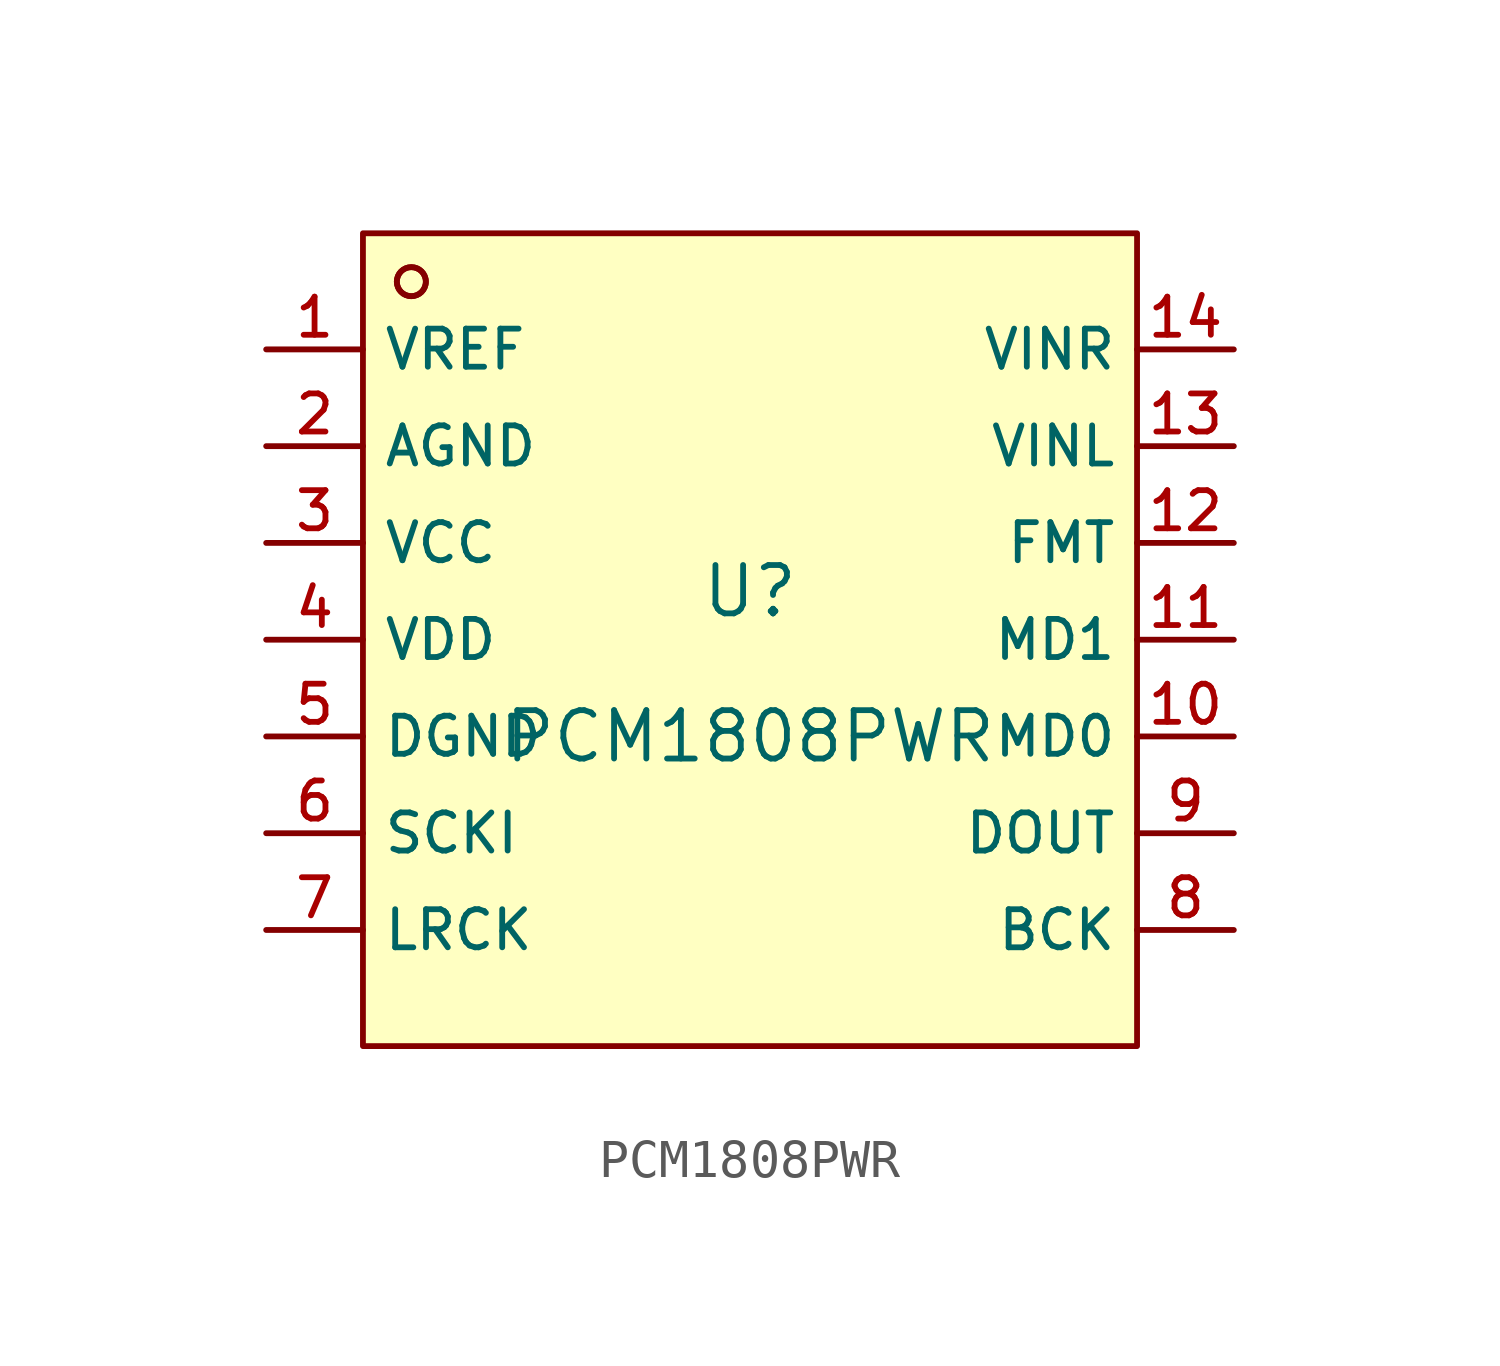
<source format=kicad_sym>
(kicad_symbol_lib
  (version 20210201)
  (generator TousstNicolas/JLC2KiCad_lib)
  (symbol "PCM1808PWR"
    (property "Reference" "U"
      (at 0 1.27 0)
      (effects (font (size 1.27 1.27))))
    (property "Value" "PCM1808PWR"
      (at 0 -2.54 0)
      (effects (font (size 1.27 1.27))))
    (symbol "PCM1808PWR_0_1"
      (circle (center -8.89 9.398) (radius 0.381) (stroke (width 0) (type default) (color 0 0 0 0)) (fill (type background)))
      (rectangle (start -10.16 10.668) (end 10.16 -10.668) (stroke (width 0) (type default) (color 0 0 0 0)) (fill (type background)))
      (circle (center -8.89 9.398) (radius 0.381) (stroke (width 0) (type default) (color 0 0 0 0)) (fill (type background)))
      (pin unspecified line (at -12.7 7.62 0) (length 2.54) (name "VREF" (effects (font (size 1 1)))) (number "1" (effects (font (size 1 1)))))
      (pin unspecified line (at -12.7 5.08 0) (length 2.54) (name "AGND" (effects (font (size 1 1)))) (number "2" (effects (font (size 1 1)))))
      (pin unspecified line (at -12.7 2.54 0) (length 2.54) (name "VCC" (effects (font (size 1 1)))) (number "3" (effects (font (size 1 1)))))
      (pin unspecified line (at -12.7 -0.0 0) (length 2.54) (name "VDD" (effects (font (size 1 1)))) (number "4" (effects (font (size 1 1)))))
      (pin unspecified line (at -12.7 -2.54 0) (length 2.54) (name "DGND" (effects (font (size 1 1)))) (number "5" (effects (font (size 1 1)))))
      (pin unspecified line (at -12.7 -5.08 0) (length 2.54) (name "SCKI" (effects (font (size 1 1)))) (number "6" (effects (font (size 1 1)))))
      (pin unspecified line (at -12.7 -7.62 0) (length 2.54) (name "LRCK" (effects (font (size 1 1)))) (number "7" (effects (font (size 1 1)))))
      (pin unspecified line (at 12.7 -7.62 180) (length 2.54) (name "BCK" (effects (font (size 1 1)))) (number "8" (effects (font (size 1 1)))))
      (pin unspecified line (at 12.7 -5.08 180) (length 2.54) (name "DOUT" (effects (font (size 1 1)))) (number "9" (effects (font (size 1 1)))))
      (pin unspecified line (at 12.7 -2.54 180) (length 2.54) (name "MD0" (effects (font (size 1 1)))) (number "10" (effects (font (size 1 1)))))
      (pin unspecified line (at 12.7 -0.0 180) (length 2.54) (name "MD1" (effects (font (size 1 1)))) (number "11" (effects (font (size 1 1)))))
      (pin unspecified line (at 12.7 2.54 180) (length 2.54) (name "FMT" (effects (font (size 1 1)))) (number "12" (effects (font (size 1 1)))))
      (pin unspecified line (at 12.7 5.08 180) (length 2.54) (name "VINL" (effects (font (size 1 1)))) (number "13" (effects (font (size 1 1)))))
      (pin unspecified line (at 12.7 7.62 180) (length 2.54) (name "VINR" (effects (font (size 1 1)))) (number "14" (effects (font (size 1 1))))))))
</source>
